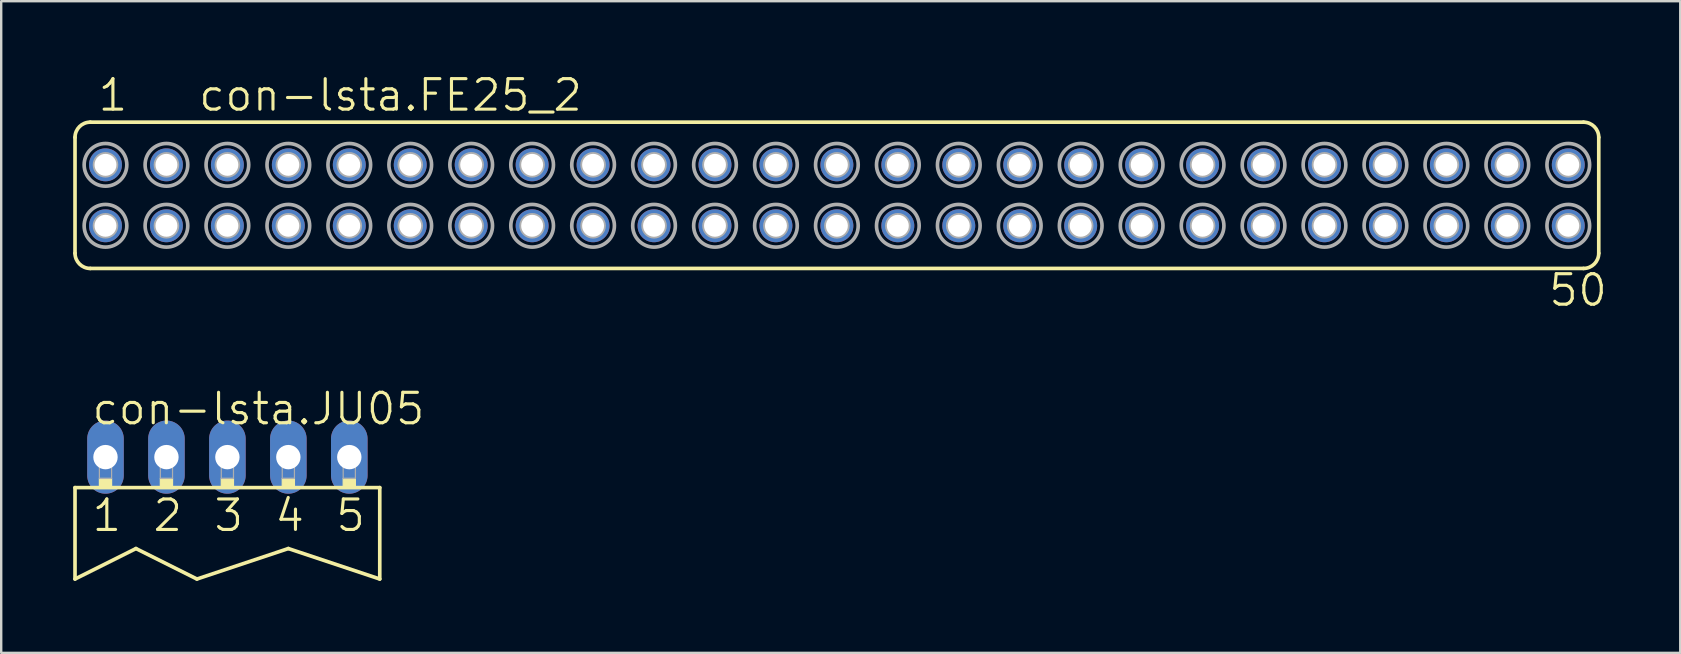
<source format=kicad_pcb>
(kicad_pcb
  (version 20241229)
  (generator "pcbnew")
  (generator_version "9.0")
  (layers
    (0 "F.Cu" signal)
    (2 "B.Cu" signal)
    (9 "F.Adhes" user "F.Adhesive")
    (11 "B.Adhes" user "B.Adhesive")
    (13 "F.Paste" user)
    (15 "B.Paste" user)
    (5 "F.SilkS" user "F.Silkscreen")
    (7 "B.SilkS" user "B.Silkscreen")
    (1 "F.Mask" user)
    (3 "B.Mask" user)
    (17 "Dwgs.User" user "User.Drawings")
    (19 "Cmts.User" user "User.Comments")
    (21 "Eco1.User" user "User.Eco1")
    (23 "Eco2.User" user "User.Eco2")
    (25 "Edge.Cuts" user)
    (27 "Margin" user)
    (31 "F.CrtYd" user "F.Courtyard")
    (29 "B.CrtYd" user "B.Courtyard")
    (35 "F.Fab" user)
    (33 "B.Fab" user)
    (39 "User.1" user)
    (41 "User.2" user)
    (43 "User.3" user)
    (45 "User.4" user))
  (footprint "con-lsta.FE25_2"
    (layer "F.Cu")
    (at 31.826 5.089)
    (property "Reference" "con-lsta.FE25_2" (at -26.67 -3.429 0) (layer "F.SilkS") (effects (font (size 1.27 1.27) (thickness 0.13)) (justify left bottom)))
    (attr through_hole)
    (fp_line (start -31.75 2.413) (end -31.75 -2.413) (stroke (width 0.152) (type default)) (layer "F.SilkS"))
    (fp_line (start -31.115 -3.048) (end 31.115 -3.048) (stroke (width 0.152) (type default)) (layer "F.SilkS"))
    (fp_line (start -31.115 3.048) (end 31.115 3.048) (stroke (width 0.152) (type default)) (layer "F.SilkS"))
    (fp_line (start 31.75 2.413) (end 31.75 -2.413) (stroke (width 0.152) (type default)) (layer "F.SilkS"))
    (fp_arc (start -31.75 -2.413) (mid -31.564013 -2.862013) (end -31.115 -3.048) (stroke (width 0.1524) (type default)) (layer "F.SilkS"))
    (fp_arc (start -31.115 3.048) (mid -31.564013 2.862013) (end -31.75 2.413) (stroke (width 0.1524) (type default)) (layer "F.SilkS"))
    (fp_arc (start 31.115 -3.048) (mid 31.564013 -2.862013) (end 31.75 -2.413) (stroke (width 0.1524) (type default)) (layer "F.SilkS"))
    (fp_arc (start 31.75 2.413) (mid 31.564013 2.862013) (end 31.115 3.048) (stroke (width 0.1524) (type default)) (layer "F.SilkS"))
    (fp_circle (center -30.48 -1.27) (end -30.353 -1.27) (stroke (width 0.406) (type default)) (fill no) (layer "F.Fab"))
    (fp_circle (center -30.48 -1.27) (end -29.591 -1.27) (stroke (width 0.152) (type default)) (fill no) (layer "F.Fab"))
    (fp_circle (center -30.48 1.27) (end -30.353 1.27) (stroke (width 0.406) (type default)) (fill no) (layer "F.Fab"))
    (fp_circle (center -30.48 1.27) (end -29.591 1.27) (stroke (width 0.152) (type default)) (fill no) (layer "F.Fab"))
    (fp_circle (center -27.94 -1.27) (end -27.813 -1.27) (stroke (width 0.406) (type default)) (fill no) (layer "F.Fab"))
    (fp_circle (center -27.94 -1.27) (end -27.051 -1.27) (stroke (width 0.152) (type default)) (fill no) (layer "F.Fab"))
    (fp_circle (center -27.94 1.27) (end -27.813 1.27) (stroke (width 0.406) (type default)) (fill no) (layer "F.Fab"))
    (fp_circle (center -27.94 1.27) (end -27.051 1.27) (stroke (width 0.152) (type default)) (fill no) (layer "F.Fab"))
    (fp_circle (center -25.4 -1.27) (end -25.273 -1.27) (stroke (width 0.406) (type default)) (fill no) (layer "F.Fab"))
    (fp_circle (center -25.4 -1.27) (end -24.511 -1.27) (stroke (width 0.152) (type default)) (fill no) (layer "F.Fab"))
    (fp_circle (center -25.4 1.27) (end -25.273 1.27) (stroke (width 0.406) (type default)) (fill no) (layer "F.Fab"))
    (fp_circle (center -25.4 1.27) (end -24.511 1.27) (stroke (width 0.152) (type default)) (fill no) (layer "F.Fab"))
    (fp_circle (center -22.86 -1.27) (end -22.733 -1.27) (stroke (width 0.406) (type default)) (fill no) (layer "F.Fab"))
    (fp_circle (center -22.86 -1.27) (end -21.971 -1.27) (stroke (width 0.152) (type default)) (fill no) (layer "F.Fab"))
    (fp_circle (center -22.86 1.27) (end -22.733 1.27) (stroke (width 0.406) (type default)) (fill no) (layer "F.Fab"))
    (fp_circle (center -22.86 1.27) (end -21.971 1.27) (stroke (width 0.152) (type default)) (fill no) (layer "F.Fab"))
    (fp_circle (center -20.32 -1.27) (end -20.193 -1.27) (stroke (width 0.406) (type default)) (fill no) (layer "F.Fab"))
    (fp_circle (center -20.32 -1.27) (end -19.431 -1.27) (stroke (width 0.152) (type default)) (fill no) (layer "F.Fab"))
    (fp_circle (center -20.32 1.27) (end -20.193 1.27) (stroke (width 0.406) (type default)) (fill no) (layer "F.Fab"))
    (fp_circle (center -20.32 1.27) (end -19.431 1.27) (stroke (width 0.152) (type default)) (fill no) (layer "F.Fab"))
    (fp_circle (center -17.78 -1.27) (end -17.653 -1.27) (stroke (width 0.406) (type default)) (fill no) (layer "F.Fab"))
    (fp_circle (center -17.78 -1.27) (end -16.891 -1.27) (stroke (width 0.152) (type default)) (fill no) (layer "F.Fab"))
    (fp_circle (center -17.78 1.27) (end -17.653 1.27) (stroke (width 0.406) (type default)) (fill no) (layer "F.Fab"))
    (fp_circle (center -17.78 1.27) (end -16.891 1.27) (stroke (width 0.152) (type default)) (fill no) (layer "F.Fab"))
    (fp_circle (center -15.24 -1.27) (end -15.113 -1.27) (stroke (width 0.406) (type default)) (fill no) (layer "F.Fab"))
    (fp_circle (center -15.24 -1.27) (end -14.351 -1.27) (stroke (width 0.152) (type default)) (fill no) (layer "F.Fab"))
    (fp_circle (center -15.24 1.27) (end -15.113 1.27) (stroke (width 0.406) (type default)) (fill no) (layer "F.Fab"))
    (fp_circle (center -15.24 1.27) (end -14.351 1.27) (stroke (width 0.152) (type default)) (fill no) (layer "F.Fab"))
    (fp_circle (center -12.7 -1.27) (end -12.573 -1.27) (stroke (width 0.406) (type default)) (fill no) (layer "F.Fab"))
    (fp_circle (center -12.7 -1.27) (end -11.811 -1.27) (stroke (width 0.152) (type default)) (fill no) (layer "F.Fab"))
    (fp_circle (center -12.7 1.27) (end -12.573 1.27) (stroke (width 0.406) (type default)) (fill no) (layer "F.Fab"))
    (fp_circle (center -12.7 1.27) (end -11.811 1.27) (stroke (width 0.152) (type default)) (fill no) (layer "F.Fab"))
    (fp_circle (center -10.16 -1.27) (end -10.033 -1.27) (stroke (width 0.406) (type default)) (fill no) (layer "F.Fab"))
    (fp_circle (center -10.16 -1.27) (end -9.271 -1.27) (stroke (width 0.152) (type default)) (fill no) (layer "F.Fab"))
    (fp_circle (center -10.16 1.27) (end -10.033 1.27) (stroke (width 0.406) (type default)) (fill no) (layer "F.Fab"))
    (fp_circle (center -10.16 1.27) (end -9.271 1.27) (stroke (width 0.152) (type default)) (fill no) (layer "F.Fab"))
    (fp_circle (center -7.62 -1.27) (end -7.493 -1.27) (stroke (width 0.406) (type default)) (fill no) (layer "F.Fab"))
    (fp_circle (center -7.62 -1.27) (end -6.731 -1.27) (stroke (width 0.152) (type default)) (fill no) (layer "F.Fab"))
    (fp_circle (center -7.62 1.27) (end -7.493 1.27) (stroke (width 0.406) (type default)) (fill no) (layer "F.Fab"))
    (fp_circle (center -7.62 1.27) (end -6.731 1.27) (stroke (width 0.152) (type default)) (fill no) (layer "F.Fab"))
    (fp_circle (center -5.08 -1.27) (end -4.953 -1.27) (stroke (width 0.406) (type default)) (fill no) (layer "F.Fab"))
    (fp_circle (center -5.08 -1.27) (end -4.191 -1.27) (stroke (width 0.152) (type default)) (fill no) (layer "F.Fab"))
    (fp_circle (center -5.08 1.27) (end -4.953 1.27) (stroke (width 0.406) (type default)) (fill no) (layer "F.Fab"))
    (fp_circle (center -5.08 1.27) (end -4.191 1.27) (stroke (width 0.152) (type default)) (fill no) (layer "F.Fab"))
    (fp_circle (center -2.54 -1.27) (end -2.413 -1.27) (stroke (width 0.406) (type default)) (fill no) (layer "F.Fab"))
    (fp_circle (center -2.54 -1.27) (end -1.651 -1.27) (stroke (width 0.152) (type default)) (fill no) (layer "F.Fab"))
    (fp_circle (center -2.54 1.27) (end -2.413 1.27) (stroke (width 0.406) (type default)) (fill no) (layer "F.Fab"))
    (fp_circle (center -2.54 1.27) (end -1.651 1.27) (stroke (width 0.152) (type default)) (fill no) (layer "F.Fab"))
    (fp_circle (center 0 -1.27) (end 0.127 -1.27) (stroke (width 0.406) (type default)) (fill no) (layer "F.Fab"))
    (fp_circle (center 0 -1.27) (end 0.889 -1.27) (stroke (width 0.152) (type default)) (fill no) (layer "F.Fab"))
    (fp_circle (center 0 1.27) (end 0.127 1.27) (stroke (width 0.406) (type default)) (fill no) (layer "F.Fab"))
    (fp_circle (center 0 1.27) (end 0.889 1.27) (stroke (width 0.152) (type default)) (fill no) (layer "F.Fab"))
    (fp_circle (center 2.54 -1.27) (end 2.667 -1.27) (stroke (width 0.406) (type default)) (fill no) (layer "F.Fab"))
    (fp_circle (center 2.54 -1.27) (end 3.429 -1.27) (stroke (width 0.152) (type default)) (fill no) (layer "F.Fab"))
    (fp_circle (center 2.54 1.27) (end 2.667 1.27) (stroke (width 0.406) (type default)) (fill no) (layer "F.Fab"))
    (fp_circle (center 2.54 1.27) (end 3.429 1.27) (stroke (width 0.152) (type default)) (fill no) (layer "F.Fab"))
    (fp_circle (center 5.08 -1.27) (end 5.207 -1.27) (stroke (width 0.406) (type default)) (fill no) (layer "F.Fab"))
    (fp_circle (center 5.08 -1.27) (end 5.969 -1.27) (stroke (width 0.152) (type default)) (fill no) (layer "F.Fab"))
    (fp_circle (center 5.08 1.27) (end 5.207 1.27) (stroke (width 0.406) (type default)) (fill no) (layer "F.Fab"))
    (fp_circle (center 5.08 1.27) (end 5.969 1.27) (stroke (width 0.152) (type default)) (fill no) (layer "F.Fab"))
    (fp_circle (center 7.62 -1.27) (end 7.747 -1.27) (stroke (width 0.406) (type default)) (fill no) (layer "F.Fab"))
    (fp_circle (center 7.62 -1.27) (end 8.509 -1.27) (stroke (width 0.152) (type default)) (fill no) (layer "F.Fab"))
    (fp_circle (center 7.62 1.27) (end 7.747 1.27) (stroke (width 0.406) (type default)) (fill no) (layer "F.Fab"))
    (fp_circle (center 7.62 1.27) (end 8.509 1.27) (stroke (width 0.152) (type default)) (fill no) (layer "F.Fab"))
    (fp_circle (center 10.16 -1.27) (end 10.287 -1.27) (stroke (width 0.406) (type default)) (fill no) (layer "F.Fab"))
    (fp_circle (center 10.16 -1.27) (end 11.049 -1.27) (stroke (width 0.152) (type default)) (fill no) (layer "F.Fab"))
    (fp_circle (center 10.16 1.27) (end 10.287 1.27) (stroke (width 0.406) (type default)) (fill no) (layer "F.Fab"))
    (fp_circle (center 10.16 1.27) (end 11.049 1.27) (stroke (width 0.152) (type default)) (fill no) (layer "F.Fab"))
    (fp_circle (center 12.7 -1.27) (end 12.827 -1.27) (stroke (width 0.406) (type default)) (fill no) (layer "F.Fab"))
    (fp_circle (center 12.7 -1.27) (end 13.589 -1.27) (stroke (width 0.152) (type default)) (fill no) (layer "F.Fab"))
    (fp_circle (center 12.7 1.27) (end 12.827 1.27) (stroke (width 0.406) (type default)) (fill no) (layer "F.Fab"))
    (fp_circle (center 12.7 1.27) (end 13.589 1.27) (stroke (width 0.152) (type default)) (fill no) (layer "F.Fab"))
    (fp_circle (center 15.24 -1.27) (end 15.367 -1.27) (stroke (width 0.406) (type default)) (fill no) (layer "F.Fab"))
    (fp_circle (center 15.24 -1.27) (end 16.129 -1.27) (stroke (width 0.152) (type default)) (fill no) (layer "F.Fab"))
    (fp_circle (center 15.24 1.27) (end 15.367 1.27) (stroke (width 0.406) (type default)) (fill no) (layer "F.Fab"))
    (fp_circle (center 15.24 1.27) (end 16.129 1.27) (stroke (width 0.152) (type default)) (fill no) (layer "F.Fab"))
    (fp_circle (center 17.78 -1.27) (end 17.907 -1.27) (stroke (width 0.406) (type default)) (fill no) (layer "F.Fab"))
    (fp_circle (center 17.78 -1.27) (end 18.669 -1.27) (stroke (width 0.152) (type default)) (fill no) (layer "F.Fab"))
    (fp_circle (center 17.78 1.27) (end 17.907 1.27) (stroke (width 0.406) (type default)) (fill no) (layer "F.Fab"))
    (fp_circle (center 17.78 1.27) (end 18.669 1.27) (stroke (width 0.152) (type default)) (fill no) (layer "F.Fab"))
    (fp_circle (center 20.32 -1.27) (end 20.447 -1.27) (stroke (width 0.406) (type default)) (fill no) (layer "F.Fab"))
    (fp_circle (center 20.32 -1.27) (end 21.209 -1.27) (stroke (width 0.152) (type default)) (fill no) (layer "F.Fab"))
    (fp_circle (center 20.32 1.27) (end 20.447 1.27) (stroke (width 0.406) (type default)) (fill no) (layer "F.Fab"))
    (fp_circle (center 20.32 1.27) (end 21.209 1.27) (stroke (width 0.152) (type default)) (fill no) (layer "F.Fab"))
    (fp_circle (center 22.86 -1.27) (end 22.987 -1.27) (stroke (width 0.406) (type default)) (fill no) (layer "F.Fab"))
    (fp_circle (center 22.86 -1.27) (end 23.749 -1.27) (stroke (width 0.152) (type default)) (fill no) (layer "F.Fab"))
    (fp_circle (center 22.86 1.27) (end 22.987 1.27) (stroke (width 0.406) (type default)) (fill no) (layer "F.Fab"))
    (fp_circle (center 22.86 1.27) (end 23.749 1.27) (stroke (width 0.152) (type default)) (fill no) (layer "F.Fab"))
    (fp_circle (center 25.4 -1.27) (end 25.527 -1.27) (stroke (width 0.406) (type default)) (fill no) (layer "F.Fab"))
    (fp_circle (center 25.4 -1.27) (end 26.289 -1.27) (stroke (width 0.152) (type default)) (fill no) (layer "F.Fab"))
    (fp_circle (center 25.4 1.27) (end 25.527 1.27) (stroke (width 0.406) (type default)) (fill no) (layer "F.Fab"))
    (fp_circle (center 25.4 1.27) (end 26.289 1.27) (stroke (width 0.152) (type default)) (fill no) (layer "F.Fab"))
    (fp_circle (center 27.94 -1.27) (end 28.067 -1.27) (stroke (width 0.406) (type default)) (fill no) (layer "F.Fab"))
    (fp_circle (center 27.94 -1.27) (end 28.829 -1.27) (stroke (width 0.152) (type default)) (fill no) (layer "F.Fab"))
    (fp_circle (center 27.94 1.27) (end 28.067 1.27) (stroke (width 0.406) (type default)) (fill no) (layer "F.Fab"))
    (fp_circle (center 27.94 1.27) (end 28.829 1.27) (stroke (width 0.152) (type default)) (fill no) (layer "F.Fab"))
    (fp_circle (center 30.48 -1.27) (end 30.607 -1.27) (stroke (width 0.406) (type default)) (fill no) (layer "F.Fab"))
    (fp_circle (center 30.48 -1.27) (end 31.369 -1.27) (stroke (width 0.152) (type default)) (fill no) (layer "F.Fab"))
    (fp_circle (center 30.48 1.27) (end 30.607 1.27) (stroke (width 0.406) (type default)) (fill no) (layer "F.Fab"))
    (fp_circle (center 30.48 1.27) (end 31.369 1.27) (stroke (width 0.152) (type default)) (fill no) (layer "F.Fab"))
    (fp_text user "1" (at -30.861 -3.429 0) (layer "F.SilkS") (effects (font (size 1.27 1.27) (thickness 0.13)) (justify left bottom)))
    (fp_text user "50" (at 29.591 4.699 0) (layer "F.SilkS") (effects (font (size 1.27 1.27) (thickness 0.13)) (justify left bottom)))
    (pad "1" thru_hole circle (at -30.48 -1.27) (size 1.372 1.372) (drill 0.914) (layers "*.Cu" "*.Mask"))
    (pad "2" thru_hole circle (at -30.48 1.27) (size 1.372 1.372) (drill 0.914) (layers "*.Cu" "*.Mask"))
    (pad "3" thru_hole circle (at -27.94 -1.27) (size 1.372 1.372) (drill 0.914) (layers "*.Cu" "*.Mask"))
    (pad "4" thru_hole circle (at -27.94 1.27) (size 1.372 1.372) (drill 0.914) (layers "*.Cu" "*.Mask"))
    (pad "5" thru_hole circle (at -25.4 -1.27) (size 1.372 1.372) (drill 0.914) (layers "*.Cu" "*.Mask"))
    (pad "6" thru_hole circle (at -25.4 1.27) (size 1.372 1.372) (drill 0.914) (layers "*.Cu" "*.Mask"))
    (pad "7" thru_hole circle (at -22.86 -1.27) (size 1.372 1.372) (drill 0.914) (layers "*.Cu" "*.Mask"))
    (pad "8" thru_hole circle (at -22.86 1.27) (size 1.372 1.372) (drill 0.914) (layers "*.Cu" "*.Mask"))
    (pad "9" thru_hole circle (at -20.32 -1.27) (size 1.372 1.372) (drill 0.914) (layers "*.Cu" "*.Mask"))
    (pad "10" thru_hole circle (at -20.32 1.27) (size 1.372 1.372) (drill 0.914) (layers "*.Cu" "*.Mask"))
    (pad "11" thru_hole circle (at -17.78 -1.27) (size 1.372 1.372) (drill 0.914) (layers "*.Cu" "*.Mask"))
    (pad "12" thru_hole circle (at -17.78 1.27) (size 1.372 1.372) (drill 0.914) (layers "*.Cu" "*.Mask"))
    (pad "13" thru_hole circle (at -15.24 -1.27) (size 1.372 1.372) (drill 0.914) (layers "*.Cu" "*.Mask"))
    (pad "14" thru_hole circle (at -15.24 1.27) (size 1.372 1.372) (drill 0.914) (layers "*.Cu" "*.Mask"))
    (pad "15" thru_hole circle (at -12.7 -1.27) (size 1.372 1.372) (drill 0.914) (layers "*.Cu" "*.Mask"))
    (pad "16" thru_hole circle (at -12.7 1.27) (size 1.372 1.372) (drill 0.914) (layers "*.Cu" "*.Mask"))
    (pad "17" thru_hole circle (at -10.16 -1.27) (size 1.372 1.372) (drill 0.914) (layers "*.Cu" "*.Mask"))
    (pad "18" thru_hole circle (at -10.16 1.27) (size 1.372 1.372) (drill 0.914) (layers "*.Cu" "*.Mask"))
    (pad "19" thru_hole circle (at -7.62 -1.27) (size 1.372 1.372) (drill 0.914) (layers "*.Cu" "*.Mask"))
    (pad "20" thru_hole circle (at -7.62 1.27) (size 1.372 1.372) (drill 0.914) (layers "*.Cu" "*.Mask"))
    (pad "21" thru_hole circle (at -5.08 -1.27) (size 1.372 1.372) (drill 0.914) (layers "*.Cu" "*.Mask"))
    (pad "22" thru_hole circle (at -5.08 1.27) (size 1.372 1.372) (drill 0.914) (layers "*.Cu" "*.Mask"))
    (pad "23" thru_hole circle (at -2.54 -1.27) (size 1.372 1.372) (drill 0.914) (layers "*.Cu" "*.Mask"))
    (pad "24" thru_hole circle (at -2.54 1.27) (size 1.372 1.372) (drill 0.914) (layers "*.Cu" "*.Mask"))
    (pad "25" thru_hole circle (at 0 -1.27) (size 1.372 1.372) (drill 0.914) (layers "*.Cu" "*.Mask"))
    (pad "26" thru_hole circle (at 0 1.27) (size 1.372 1.372) (drill 0.914) (layers "*.Cu" "*.Mask"))
    (pad "27" thru_hole circle (at 2.54 -1.27) (size 1.372 1.372) (drill 0.914) (layers "*.Cu" "*.Mask"))
    (pad "28" thru_hole circle (at 2.54 1.27) (size 1.372 1.372) (drill 0.914) (layers "*.Cu" "*.Mask"))
    (pad "29" thru_hole circle (at 5.08 -1.27) (size 1.372 1.372) (drill 0.914) (layers "*.Cu" "*.Mask"))
    (pad "30" thru_hole circle (at 5.08 1.27) (size 1.372 1.372) (drill 0.914) (layers "*.Cu" "*.Mask"))
    (pad "31" thru_hole circle (at 7.62 -1.27) (size 1.372 1.372) (drill 0.914) (layers "*.Cu" "*.Mask"))
    (pad "32" thru_hole circle (at 7.62 1.27) (size 1.372 1.372) (drill 0.914) (layers "*.Cu" "*.Mask"))
    (pad "33" thru_hole circle (at 10.16 -1.27) (size 1.372 1.372) (drill 0.914) (layers "*.Cu" "*.Mask"))
    (pad "34" thru_hole circle (at 10.16 1.27) (size 1.372 1.372) (drill 0.914) (layers "*.Cu" "*.Mask"))
    (pad "35" thru_hole circle (at 12.7 -1.27) (size 1.372 1.372) (drill 0.914) (layers "*.Cu" "*.Mask"))
    (pad "36" thru_hole circle (at 12.7 1.27) (size 1.372 1.372) (drill 0.914) (layers "*.Cu" "*.Mask"))
    (pad "37" thru_hole circle (at 15.24 -1.27) (size 1.372 1.372) (drill 0.914) (layers "*.Cu" "*.Mask"))
    (pad "38" thru_hole circle (at 15.24 1.27) (size 1.372 1.372) (drill 0.914) (layers "*.Cu" "*.Mask"))
    (pad "39" thru_hole circle (at 17.78 -1.27) (size 1.372 1.372) (drill 0.914) (layers "*.Cu" "*.Mask"))
    (pad "40" thru_hole circle (at 17.78 1.27) (size 1.372 1.372) (drill 0.914) (layers "*.Cu" "*.Mask"))
    (pad "41" thru_hole circle (at 20.32 -1.27) (size 1.372 1.372) (drill 0.914) (layers "*.Cu" "*.Mask"))
    (pad "42" thru_hole circle (at 20.32 1.27) (size 1.372 1.372) (drill 0.914) (layers "*.Cu" "*.Mask"))
    (pad "43" thru_hole circle (at 22.86 -1.27) (size 1.372 1.372) (drill 0.914) (layers "*.Cu" "*.Mask"))
    (pad "44" thru_hole circle (at 22.86 1.27) (size 1.372 1.372) (drill 0.914) (layers "*.Cu" "*.Mask"))
    (pad "45" thru_hole circle (at 25.4 -1.27) (size 1.372 1.372) (drill 0.914) (layers "*.Cu" "*.Mask"))
    (pad "46" thru_hole circle (at 25.4 1.27) (size 1.372 1.372) (drill 0.914) (layers "*.Cu" "*.Mask"))
    (pad "47" thru_hole circle (at 27.94 -1.27) (size 1.372 1.372) (drill 0.914) (layers "*.Cu" "*.Mask"))
    (pad "48" thru_hole circle (at 27.94 1.27) (size 1.372 1.372) (drill 0.914) (layers "*.Cu" "*.Mask"))
    (pad "49" thru_hole circle (at 30.48 -1.27) (size 1.372 1.372) (drill 0.914) (layers "*.Cu" "*.Mask"))
    (pad "50" thru_hole circle (at 30.48 1.27) (size 1.372 1.372) (drill 0.914) (layers "*.Cu" "*.Mask")))
  (footprint "con-lsta.JU05"
    (layer "F.Cu")
    (at 6.426 16)
    (property "Reference" "con-lsta.JU05" (at -5.715 -1.27 0) (layer "F.SilkS") (effects (font (size 1.27 1.27) (thickness 0.13)) (justify left bottom)))
    (attr through_hole)
    (fp_line (start -6.35 1.27) (end -6.35 5.08) (stroke (width 0.152) (type default)) (layer "F.SilkS"))
    (fp_line (start -3.81 3.81) (end -6.35 5.08) (stroke (width 0.152) (type default)) (layer "F.SilkS"))
    (fp_line (start -1.27 5.08) (end -3.81 3.81) (stroke (width 0.152) (type default)) (layer "F.SilkS"))
    (fp_line (start 2.54 3.81) (end -1.27 5.08) (stroke (width 0.152) (type default)) (layer "F.SilkS"))
    (fp_line (start 6.35 1.27) (end -6.35 1.27) (stroke (width 0.152) (type default)) (layer "F.SilkS"))
    (fp_line (start 6.35 1.27) (end 6.35 5.08) (stroke (width 0.152) (type default)) (layer "F.SilkS"))
    (fp_line (start 6.35 5.08) (end 2.54 3.81) (stroke (width 0.152) (type default)) (layer "F.SilkS"))
    (fp_rect (start -5.334 1.27) (end -4.826 0.889) (stroke (width 0.05) (type default)) (fill yes) (layer "F.SilkS"))
    (fp_rect (start -2.794 1.27) (end -2.286 0.889) (stroke (width 0.05) (type default)) (fill yes) (layer "F.SilkS"))
    (fp_rect (start -0.254 1.27) (end 0.254 0.889) (stroke (width 0.05) (type default)) (fill yes) (layer "F.SilkS"))
    (fp_rect (start 2.286 1.27) (end 2.794 0.889) (stroke (width 0.05) (type default)) (fill yes) (layer "F.SilkS"))
    (fp_rect (start 4.826 1.27) (end 5.334 0.889) (stroke (width 0.05) (type default)) (fill yes) (layer "F.SilkS"))
    (fp_rect (start -5.334 0.889) (end -4.826 -0.254) (stroke (width 0.05) (type default)) (fill no) (layer "F.Fab"))
    (fp_rect (start -2.794 0.889) (end -2.286 -0.254) (stroke (width 0.05) (type default)) (fill no) (layer "F.Fab"))
    (fp_rect (start -0.254 0.889) (end 0.254 -0.254) (stroke (width 0.05) (type default)) (fill no) (layer "F.Fab"))
    (fp_rect (start 2.286 0.889) (end 2.794 -0.254) (stroke (width 0.05) (type default)) (fill no) (layer "F.Fab"))
    (fp_rect (start 4.826 0.889) (end 5.334 -0.254) (stroke (width 0.05) (type default)) (fill no) (layer "F.Fab"))
    (fp_text user "5" (at 4.445 3.175 0) (layer "F.SilkS") (effects (font (size 1.27 1.27) (thickness 0.13)) (justify left bottom)))
    (fp_text user "4" (at 1.905 3.175 0) (layer "F.SilkS") (effects (font (size 1.27 1.27) (thickness 0.13)) (justify left bottom)))
    (fp_text user "2" (at -3.175 3.175 0) (layer "F.SilkS") (effects (font (size 1.27 1.27) (thickness 0.13)) (justify left bottom)))
    (fp_text user "1" (at -5.715 3.175 0) (layer "F.SilkS") (effects (font (size 1.27 1.27) (thickness 0.13)) (justify left bottom)))
    (fp_text user "3" (at -0.635 3.175 0) (layer "F.SilkS") (effects (font (size 1.27 1.27) (thickness 0.13)) (justify left bottom)))
    (pad "1" thru_hole oval (at -5.08 0 90) (size 3.048 1.524) (drill 1.016) (layers "*.Cu" "*.Mask"))
    (pad "2" thru_hole oval (at -2.54 0 90) (size 3.048 1.524) (drill 1.016) (layers "*.Cu" "*.Mask"))
    (pad "3" thru_hole oval (at 0 0 90) (size 3.048 1.524) (drill 1.016) (layers "*.Cu" "*.Mask"))
    (pad "4" thru_hole oval (at 2.54 0 90) (size 3.048 1.524) (drill 1.016) (layers "*.Cu" "*.Mask"))
    (pad "5" thru_hole oval (at 5.08 0 90) (size 3.048 1.524) (drill 1.016) (layers "*.Cu" "*.Mask")))
  (gr_rect
    (start -3 -3)
    (end 66.972 24.156)
    (stroke (width 0.1) (type default))
    (fill no)
    (layer "Edge.Cuts")))
</source>
